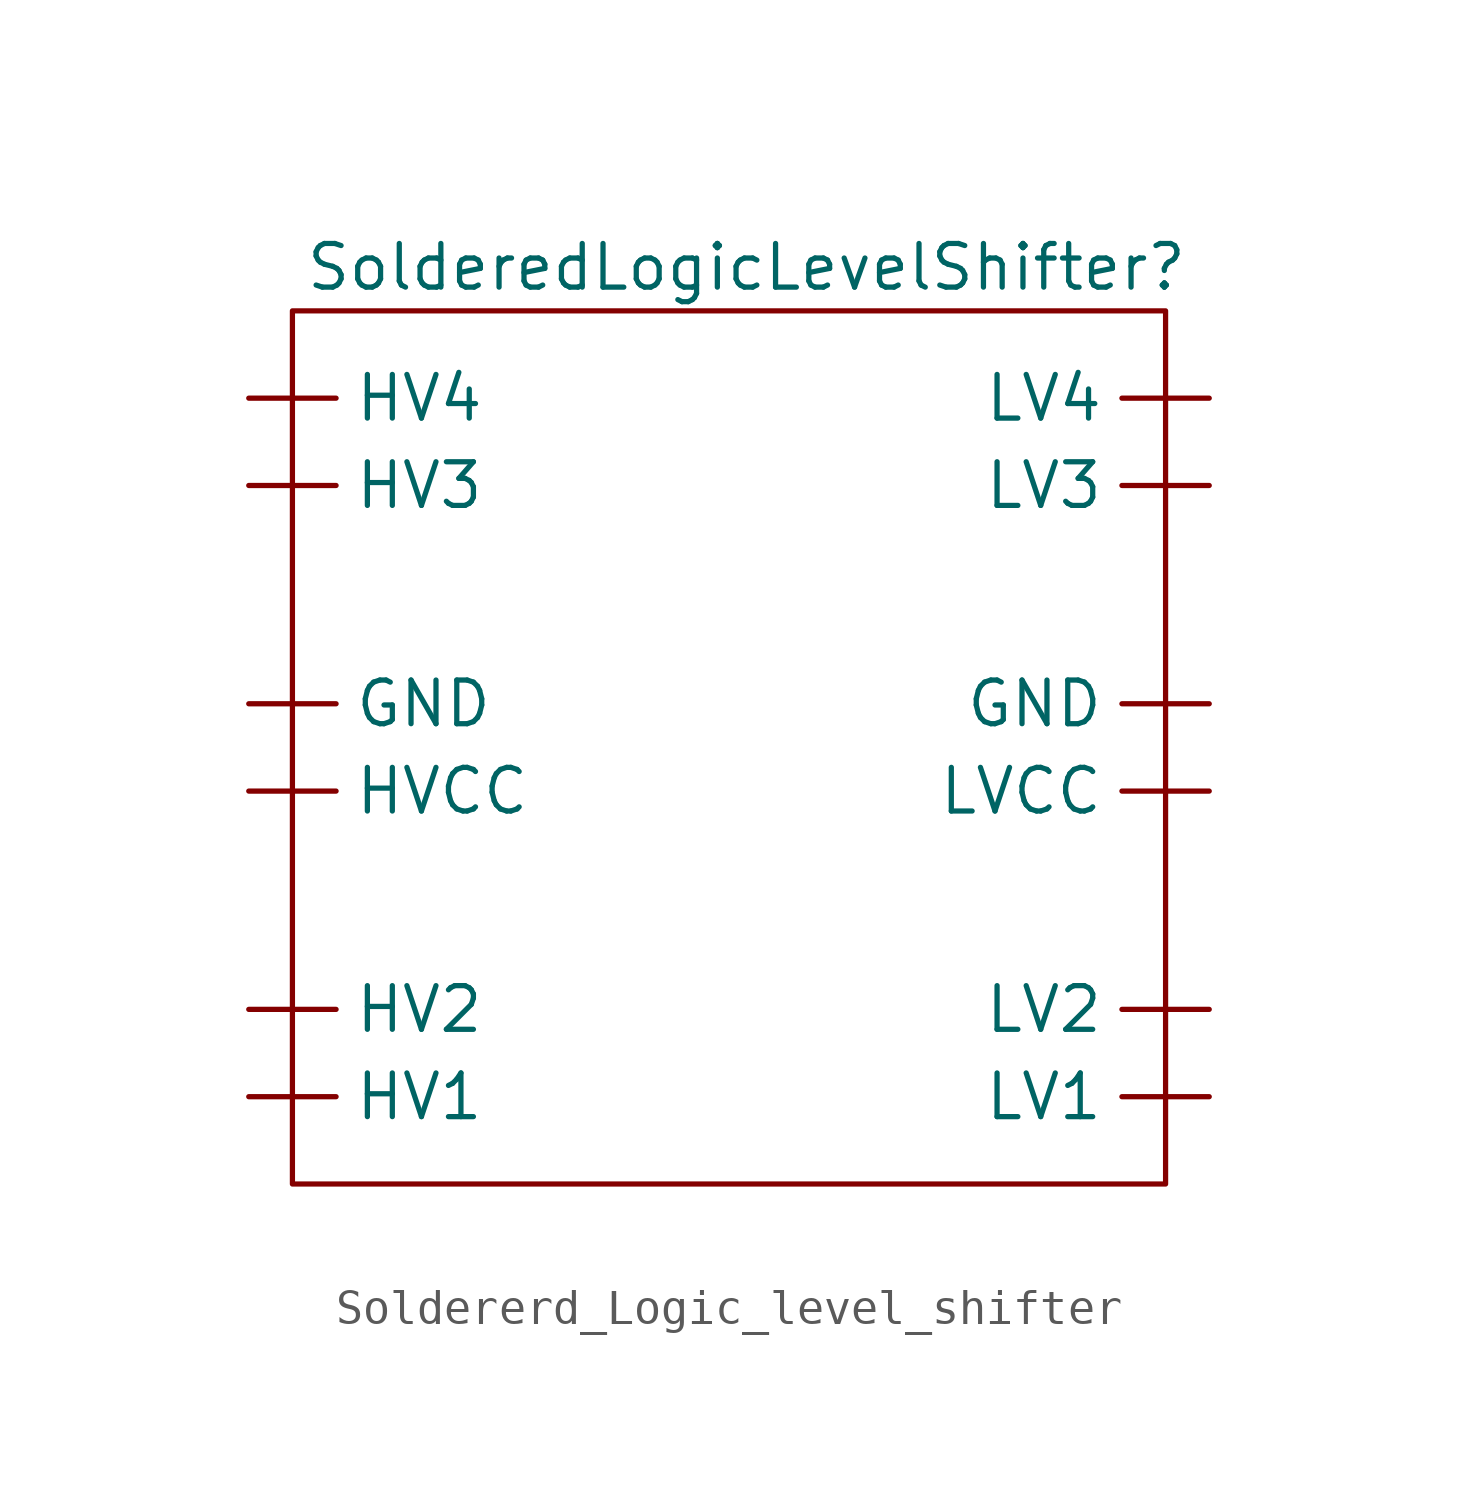
<source format=kicad_sym>
(kicad_symbol_lib
  (version 20241209)
  (generator "kicad_symbol_editor")
  (generator_version "9.0")
  (symbol "Soldererd_Logic_level_shifter"
    (pin_numbers
      (hide yes))
    (property "Reference" "SolderedLogicLevelShifter"
      (at 0.508 0 0)
      (effects (font (size 1.27 1.27))))
    (symbol "Soldererd_Logic_level_shifter_0_1"
      (rectangle (start -12.7 -1.27) (end 12.7 -26.67) (stroke (width 0) (type default)) (fill (type none))))
    (symbol "Soldererd_Logic_level_shifter_1_1"
      (pin bidirectional line (at -13.97 -3.81 0) (length 2.54) (name "HV4" (effects (font (size 1.27 1.27)))) (number "1" (effects (font (size 1.27 1.27)))))
      (pin bidirectional line (at -13.97 -6.35 0) (length 2.54) (name "HV3" (effects (font (size 1.27 1.27)))) (number "2" (effects (font (size 1.27 1.27)))))
      (pin power_in line (at -13.97 -12.7 0) (length 2.54) (name "GND" (effects (font (size 1.27 1.27)))) (number "3" (effects (font (size 1.27 1.27)))))
      (pin power_in line (at -13.97 -15.24 0) (length 2.54) (name "HVCC" (effects (font (size 1.27 1.27)))) (number "4" (effects (font (size 1.27 1.27)))))
      (pin bidirectional line (at -13.97 -21.59 0) (length 2.54) (name "HV2" (effects (font (size 1.27 1.27)))) (number "5" (effects (font (size 1.27 1.27)))))
      (pin bidirectional line (at -13.97 -24.13 0) (length 2.54) (name "HV1" (effects (font (size 1.27 1.27)))) (number "6" (effects (font (size 1.27 1.27)))))
      (pin bidirectional line (at 13.97 -3.81 180) (length 2.54) (name "LV4" (effects (font (size 1.27 1.27)))) (number "7" (effects (font (size 1.27 1.27)))))
      (pin bidirectional line (at 13.97 -6.35 180) (length 2.54) (name "LV3" (effects (font (size 1.27 1.27)))) (number "8" (effects (font (size 1.27 1.27)))))
      (pin power_in line (at 13.97 -12.7 180) (length 2.54) (name "GND" (effects (font (size 1.27 1.27)))) (number "9" (effects (font (size 1.27 1.27)))))
      (pin power_in line (at 13.97 -15.24 180) (length 2.54) (name "LVCC" (effects (font (size 1.27 1.27)))) (number "10" (effects (font (size 1.27 1.27)))))
      (pin bidirectional line (at 13.97 -21.59 180) (length 2.54) (name "LV2" (effects (font (size 1.27 1.27)))) (number "11" (effects (font (size 1.27 1.27)))))
      (pin bidirectional line (at 13.97 -24.13 180) (length 2.54) (name "LV1" (effects (font (size 1.27 1.27)))) (number "12" (effects (font (size 1.27 1.27))))))))
</source>
